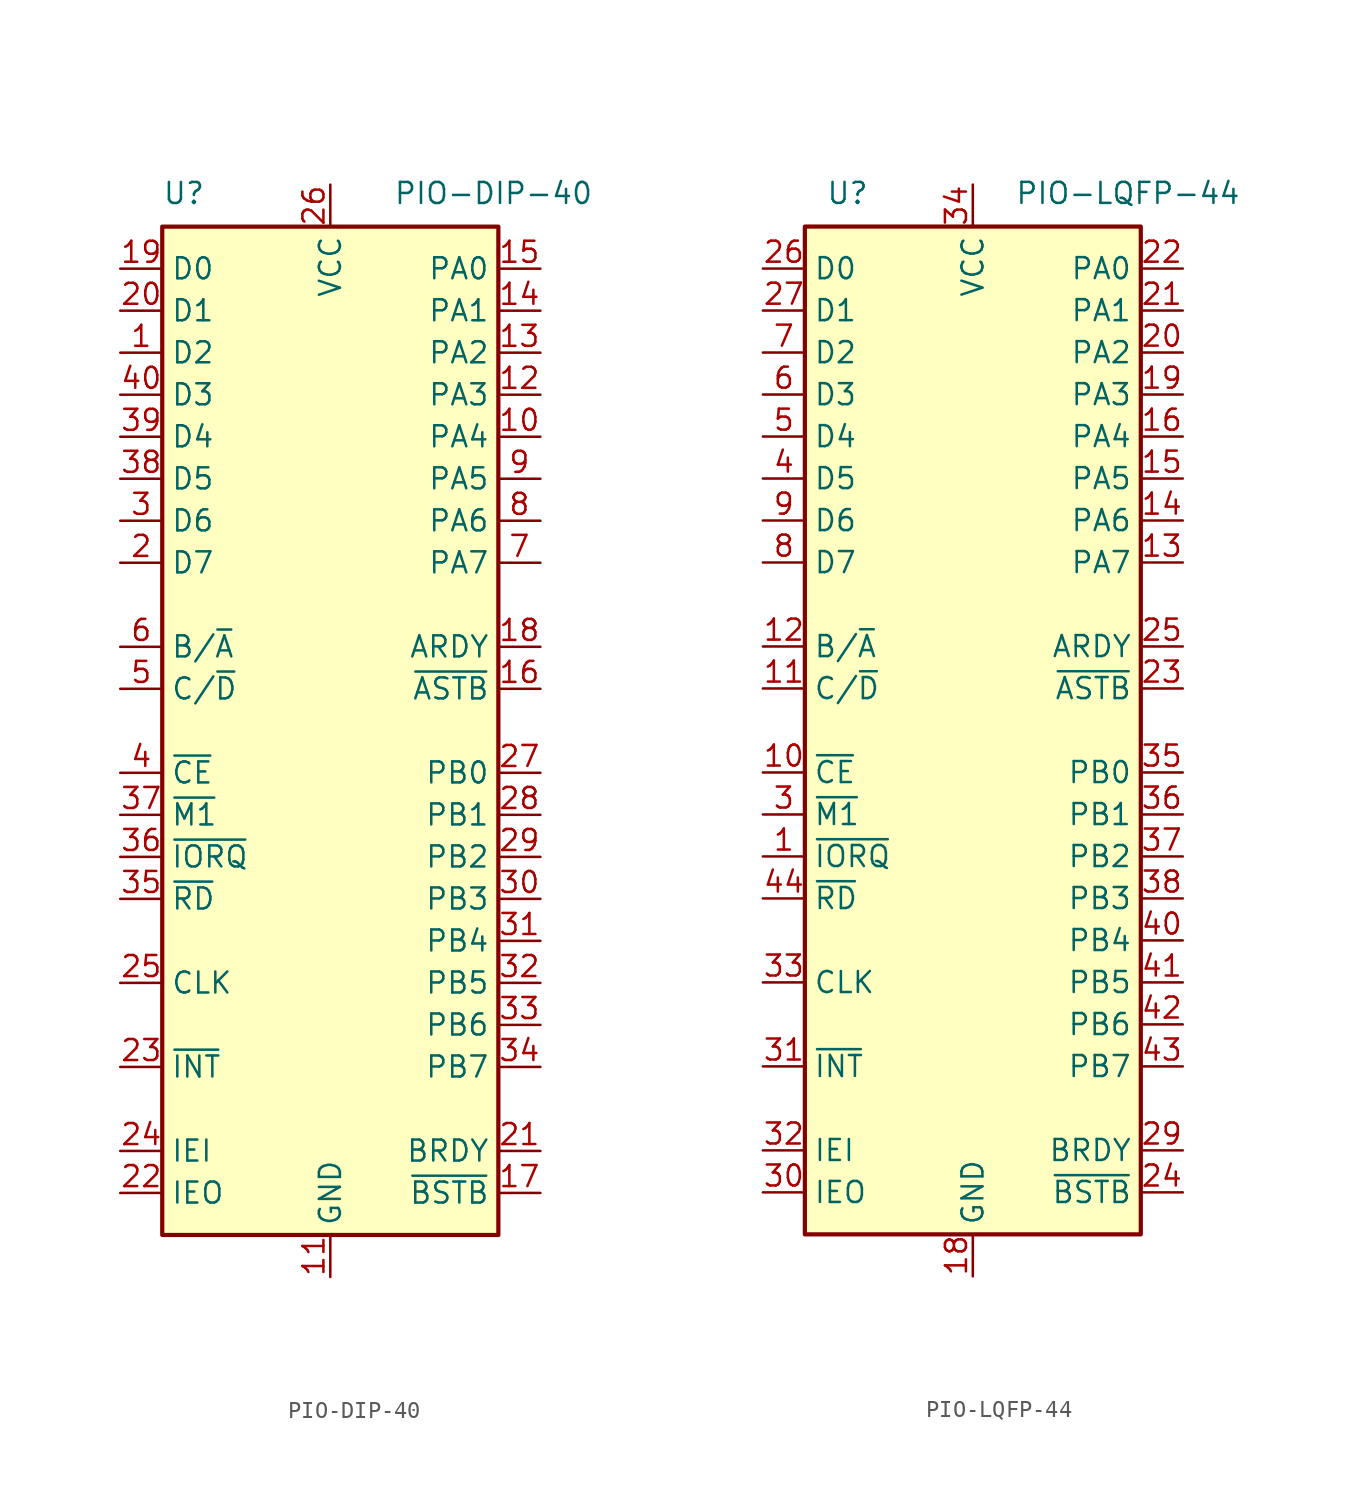
<source format=kicad_sym>
(kicad_symbol_lib
  (version 20211014)
  (generator kicad_symbol_editor)
  (symbol "PIO-DIP-40"
    (property "Reference" "U"
      (at 0 1.27 0)
      (effects (font (size 1.27 1.27)) (justify left bottom)))
    (property "Value" "PIO-DIP-40"
      (at 13.97 1.27 0)
      (effects (font (size 1.27 1.27)) (justify left bottom)))
    (symbol "PIO-DIP-40_1_0"
      (rectangle (start 0 0) (end 20.32 -60.96) (stroke (width 0.254) (type default) (color 0 0 0 0)) (fill (type background))))
    (symbol "PIO-DIP-40_1_1"
      (pin bidirectional line (at -2.54 -7.62 0) (length 2.54) (name "D2" (effects (font (size 1.27 1.27)))) (number "1" (effects (font (size 1.27 1.27)))))
      (pin bidirectional line (at 22.86 -12.7 180) (length 2.54) (name "PA4" (effects (font (size 1.27 1.27)))) (number "10" (effects (font (size 1.27 1.27)))))
      (pin power_in line (at 10.16 -63.5 90) (length 2.54) (name "GND" (effects (font (size 1.27 1.27)))) (number "11" (effects (font (size 1.27 1.27)))))
      (pin bidirectional line (at 22.86 -10.16 180) (length 2.54) (name "PA3" (effects (font (size 1.27 1.27)))) (number "12" (effects (font (size 1.27 1.27)))))
      (pin bidirectional line (at 22.86 -7.62 180) (length 2.54) (name "PA2" (effects (font (size 1.27 1.27)))) (number "13" (effects (font (size 1.27 1.27)))))
      (pin bidirectional line (at 22.86 -5.08 180) (length 2.54) (name "PA1" (effects (font (size 1.27 1.27)))) (number "14" (effects (font (size 1.27 1.27)))))
      (pin bidirectional line (at 22.86 -2.54 180) (length 2.54) (name "PA0" (effects (font (size 1.27 1.27)))) (number "15" (effects (font (size 1.27 1.27)))))
      (pin input line (at 22.86 -27.94 180) (length 2.54) (name "~{ASTB}" (effects (font (size 1.27 1.27)))) (number "16" (effects (font (size 1.27 1.27)))))
      (pin input line (at 22.86 -58.42 180) (length 2.54) (name "~{BSTB}" (effects (font (size 1.27 1.27)))) (number "17" (effects (font (size 1.27 1.27)))))
      (pin output line (at 22.86 -25.4 180) (length 2.54) (name "ARDY" (effects (font (size 1.27 1.27)))) (number "18" (effects (font (size 1.27 1.27)))))
      (pin bidirectional line (at -2.54 -2.54 0) (length 2.54) (name "D0" (effects (font (size 1.27 1.27)))) (number "19" (effects (font (size 1.27 1.27)))))
      (pin bidirectional line (at -2.54 -20.32 0) (length 2.54) (name "D7" (effects (font (size 1.27 1.27)))) (number "2" (effects (font (size 1.27 1.27)))))
      (pin bidirectional line (at -2.54 -5.08 0) (length 2.54) (name "D1" (effects (font (size 1.27 1.27)))) (number "20" (effects (font (size 1.27 1.27)))))
      (pin output line (at 22.86 -55.88 180) (length 2.54) (name "BRDY" (effects (font (size 1.27 1.27)))) (number "21" (effects (font (size 1.27 1.27)))))
      (pin output line (at -2.54 -58.42 0) (length 2.54) (name "IEO" (effects (font (size 1.27 1.27)))) (number "22" (effects (font (size 1.27 1.27)))))
      (pin open_collector line (at -2.54 -50.8 0) (length 2.54) (name "~{INT}" (effects (font (size 1.27 1.27)))) (number "23" (effects (font (size 1.27 1.27)))))
      (pin input line (at -2.54 -55.88 0) (length 2.54) (name "IEI" (effects (font (size 1.27 1.27)))) (number "24" (effects (font (size 1.27 1.27)))))
      (pin input line (at -2.54 -45.72 0) (length 2.54) (name "CLK" (effects (font (size 1.27 1.27)))) (number "25" (effects (font (size 1.27 1.27)))))
      (pin power_in line (at 10.16 2.54 270) (length 2.54) (name "VCC" (effects (font (size 1.27 1.27)))) (number "26" (effects (font (size 1.27 1.27)))))
      (pin bidirectional line (at 22.86 -33.02 180) (length 2.54) (name "PB0" (effects (font (size 1.27 1.27)))) (number "27" (effects (font (size 1.27 1.27)))))
      (pin bidirectional line (at 22.86 -35.56 180) (length 2.54) (name "PB1" (effects (font (size 1.27 1.27)))) (number "28" (effects (font (size 1.27 1.27)))))
      (pin bidirectional line (at 22.86 -38.1 180) (length 2.54) (name "PB2" (effects (font (size 1.27 1.27)))) (number "29" (effects (font (size 1.27 1.27)))))
      (pin bidirectional line (at -2.54 -17.78 0) (length 2.54) (name "D6" (effects (font (size 1.27 1.27)))) (number "3" (effects (font (size 1.27 1.27)))))
      (pin bidirectional line (at 22.86 -40.64 180) (length 2.54) (name "PB3" (effects (font (size 1.27 1.27)))) (number "30" (effects (font (size 1.27 1.27)))))
      (pin bidirectional line (at 22.86 -43.18 180) (length 2.54) (name "PB4" (effects (font (size 1.27 1.27)))) (number "31" (effects (font (size 1.27 1.27)))))
      (pin bidirectional line (at 22.86 -45.72 180) (length 2.54) (name "PB5" (effects (font (size 1.27 1.27)))) (number "32" (effects (font (size 1.27 1.27)))))
      (pin bidirectional line (at 22.86 -48.26 180) (length 2.54) (name "PB6" (effects (font (size 1.27 1.27)))) (number "33" (effects (font (size 1.27 1.27)))))
      (pin bidirectional line (at 22.86 -50.8 180) (length 2.54) (name "PB7" (effects (font (size 1.27 1.27)))) (number "34" (effects (font (size 1.27 1.27)))))
      (pin input line (at -2.54 -40.64 0) (length 2.54) (name "~{RD}" (effects (font (size 1.27 1.27)))) (number "35" (effects (font (size 1.27 1.27)))))
      (pin input line (at -2.54 -38.1 0) (length 2.54) (name "~{IORQ}" (effects (font (size 1.27 1.27)))) (number "36" (effects (font (size 1.27 1.27)))))
      (pin input line (at -2.54 -35.56 0) (length 2.54) (name "~{M1}" (effects (font (size 1.27 1.27)))) (number "37" (effects (font (size 1.27 1.27)))))
      (pin bidirectional line (at -2.54 -15.24 0) (length 2.54) (name "D5" (effects (font (size 1.27 1.27)))) (number "38" (effects (font (size 1.27 1.27)))))
      (pin bidirectional line (at -2.54 -12.7 0) (length 2.54) (name "D4" (effects (font (size 1.27 1.27)))) (number "39" (effects (font (size 1.27 1.27)))))
      (pin input line (at -2.54 -33.02 0) (length 2.54) (name "~{CE}" (effects (font (size 1.27 1.27)))) (number "4" (effects (font (size 1.27 1.27)))))
      (pin bidirectional line (at -2.54 -10.16 0) (length 2.54) (name "D3" (effects (font (size 1.27 1.27)))) (number "40" (effects (font (size 1.27 1.27)))))
      (pin input line (at -2.54 -27.94 0) (length 2.54) (name "C/~{D}" (effects (font (size 1.27 1.27)))) (number "5" (effects (font (size 1.27 1.27)))))
      (pin input line (at -2.54 -25.4 0) (length 2.54) (name "B/~{A}" (effects (font (size 1.27 1.27)))) (number "6" (effects (font (size 1.27 1.27)))))
      (pin bidirectional line (at 22.86 -20.32 180) (length 2.54) (name "PA7" (effects (font (size 1.27 1.27)))) (number "7" (effects (font (size 1.27 1.27)))))
      (pin bidirectional line (at 22.86 -17.78 180) (length 2.54) (name "PA6" (effects (font (size 1.27 1.27)))) (number "8" (effects (font (size 1.27 1.27)))))
      (pin bidirectional line (at 22.86 -15.24 180) (length 2.54) (name "PA5" (effects (font (size 1.27 1.27)))) (number "9" (effects (font (size 1.27 1.27)))))))
  (symbol "PIO-LQFP-44"
    (property "Reference" "U"
      (at 1.27 1.27 0)
      (effects (font (size 1.27 1.27)) (justify left bottom)))
    (property "Value" "PIO-LQFP-44"
      (at 12.7 1.27 0)
      (effects (font (size 1.27 1.27)) (justify left bottom)))
    (symbol "PIO-LQFP-44_0_0"
      (pin no_connect line (at 13.97 -21.59 0) (length 2.54) hide (name "NC" (effects (font (size 1.27 1.27)))) (number "17" (effects (font (size 1.27 1.27)))))
      (pin no_connect line (at 13.97 -13.97 0) (length 2.54) hide (name "NC" (effects (font (size 1.27 1.27)))) (number "2" (effects (font (size 1.27 1.27)))))
      (pin no_connect line (at 13.97 -16.51 0) (length 2.54) hide (name "NC" (effects (font (size 1.27 1.27)))) (number "28" (effects (font (size 1.27 1.27)))))
      (pin no_connect line (at 13.97 -19.05 0) (length 2.54) hide (name "NC" (effects (font (size 1.27 1.27)))) (number "39" (effects (font (size 1.27 1.27))))))
    (symbol "PIO-LQFP-44_1_0"
      (rectangle (start 0 0) (end 20.32 -60.96) (stroke (width 0.254) (type default) (color 0 0 0 0)) (fill (type background))))
    (symbol "PIO-LQFP-44_1_1"
      (pin input line (at -2.54 -38.1 0) (length 2.54) (name "~{IORQ}" (effects (font (size 1.27 1.27)))) (number "1" (effects (font (size 1.27 1.27)))))
      (pin input line (at -2.54 -33.02 0) (length 2.54) (name "~{CE}" (effects (font (size 1.27 1.27)))) (number "10" (effects (font (size 1.27 1.27)))))
      (pin input line (at -2.54 -27.94 0) (length 2.54) (name "C/~{D}" (effects (font (size 1.27 1.27)))) (number "11" (effects (font (size 1.27 1.27)))))
      (pin input line (at -2.54 -25.4 0) (length 2.54) (name "B/~{A}" (effects (font (size 1.27 1.27)))) (number "12" (effects (font (size 1.27 1.27)))))
      (pin bidirectional line (at 22.86 -20.32 180) (length 2.54) (name "PA7" (effects (font (size 1.27 1.27)))) (number "13" (effects (font (size 1.27 1.27)))))
      (pin bidirectional line (at 22.86 -17.78 180) (length 2.54) (name "PA6" (effects (font (size 1.27 1.27)))) (number "14" (effects (font (size 1.27 1.27)))))
      (pin bidirectional line (at 22.86 -15.24 180) (length 2.54) (name "PA5" (effects (font (size 1.27 1.27)))) (number "15" (effects (font (size 1.27 1.27)))))
      (pin bidirectional line (at 22.86 -12.7 180) (length 2.54) (name "PA4" (effects (font (size 1.27 1.27)))) (number "16" (effects (font (size 1.27 1.27)))))
      (pin power_in line (at 10.16 -63.5 90) (length 2.54) (name "GND" (effects (font (size 1.27 1.27)))) (number "18" (effects (font (size 1.27 1.27)))))
      (pin bidirectional line (at 22.86 -10.16 180) (length 2.54) (name "PA3" (effects (font (size 1.27 1.27)))) (number "19" (effects (font (size 1.27 1.27)))))
      (pin bidirectional line (at 22.86 -7.62 180) (length 2.54) (name "PA2" (effects (font (size 1.27 1.27)))) (number "20" (effects (font (size 1.27 1.27)))))
      (pin bidirectional line (at 22.86 -5.08 180) (length 2.54) (name "PA1" (effects (font (size 1.27 1.27)))) (number "21" (effects (font (size 1.27 1.27)))))
      (pin bidirectional line (at 22.86 -2.54 180) (length 2.54) (name "PA0" (effects (font (size 1.27 1.27)))) (number "22" (effects (font (size 1.27 1.27)))))
      (pin input line (at 22.86 -27.94 180) (length 2.54) (name "~{ASTB}" (effects (font (size 1.27 1.27)))) (number "23" (effects (font (size 1.27 1.27)))))
      (pin input line (at 22.86 -58.42 180) (length 2.54) (name "~{BSTB}" (effects (font (size 1.27 1.27)))) (number "24" (effects (font (size 1.27 1.27)))))
      (pin output line (at 22.86 -25.4 180) (length 2.54) (name "ARDY" (effects (font (size 1.27 1.27)))) (number "25" (effects (font (size 1.27 1.27)))))
      (pin bidirectional line (at -2.54 -2.54 0) (length 2.54) (name "D0" (effects (font (size 1.27 1.27)))) (number "26" (effects (font (size 1.27 1.27)))))
      (pin bidirectional line (at -2.54 -5.08 0) (length 2.54) (name "D1" (effects (font (size 1.27 1.27)))) (number "27" (effects (font (size 1.27 1.27)))))
      (pin output line (at 22.86 -55.88 180) (length 2.54) (name "BRDY" (effects (font (size 1.27 1.27)))) (number "29" (effects (font (size 1.27 1.27)))))
      (pin input line (at -2.54 -35.56 0) (length 2.54) (name "~{M1}" (effects (font (size 1.27 1.27)))) (number "3" (effects (font (size 1.27 1.27)))))
      (pin output line (at -2.54 -58.42 0) (length 2.54) (name "IEO" (effects (font (size 1.27 1.27)))) (number "30" (effects (font (size 1.27 1.27)))))
      (pin open_collector line (at -2.54 -50.8 0) (length 2.54) (name "~{INT}" (effects (font (size 1.27 1.27)))) (number "31" (effects (font (size 1.27 1.27)))))
      (pin input line (at -2.54 -55.88 0) (length 2.54) (name "IEI" (effects (font (size 1.27 1.27)))) (number "32" (effects (font (size 1.27 1.27)))))
      (pin input line (at -2.54 -45.72 0) (length 2.54) (name "CLK" (effects (font (size 1.27 1.27)))) (number "33" (effects (font (size 1.27 1.27)))))
      (pin power_in line (at 10.16 2.54 270) (length 2.54) (name "VCC" (effects (font (size 1.27 1.27)))) (number "34" (effects (font (size 1.27 1.27)))))
      (pin bidirectional line (at 22.86 -33.02 180) (length 2.54) (name "PB0" (effects (font (size 1.27 1.27)))) (number "35" (effects (font (size 1.27 1.27)))))
      (pin bidirectional line (at 22.86 -35.56 180) (length 2.54) (name "PB1" (effects (font (size 1.27 1.27)))) (number "36" (effects (font (size 1.27 1.27)))))
      (pin bidirectional line (at 22.86 -38.1 180) (length 2.54) (name "PB2" (effects (font (size 1.27 1.27)))) (number "37" (effects (font (size 1.27 1.27)))))
      (pin bidirectional line (at 22.86 -40.64 180) (length 2.54) (name "PB3" (effects (font (size 1.27 1.27)))) (number "38" (effects (font (size 1.27 1.27)))))
      (pin bidirectional line (at -2.54 -15.24 0) (length 2.54) (name "D5" (effects (font (size 1.27 1.27)))) (number "4" (effects (font (size 1.27 1.27)))))
      (pin bidirectional line (at 22.86 -43.18 180) (length 2.54) (name "PB4" (effects (font (size 1.27 1.27)))) (number "40" (effects (font (size 1.27 1.27)))))
      (pin bidirectional line (at 22.86 -45.72 180) (length 2.54) (name "PB5" (effects (font (size 1.27 1.27)))) (number "41" (effects (font (size 1.27 1.27)))))
      (pin bidirectional line (at 22.86 -48.26 180) (length 2.54) (name "PB6" (effects (font (size 1.27 1.27)))) (number "42" (effects (font (size 1.27 1.27)))))
      (pin bidirectional line (at 22.86 -50.8 180) (length 2.54) (name "PB7" (effects (font (size 1.27 1.27)))) (number "43" (effects (font (size 1.27 1.27)))))
      (pin input line (at -2.54 -40.64 0) (length 2.54) (name "~{RD}" (effects (font (size 1.27 1.27)))) (number "44" (effects (font (size 1.27 1.27)))))
      (pin bidirectional line (at -2.54 -12.7 0) (length 2.54) (name "D4" (effects (font (size 1.27 1.27)))) (number "5" (effects (font (size 1.27 1.27)))))
      (pin bidirectional line (at -2.54 -10.16 0) (length 2.54) (name "D3" (effects (font (size 1.27 1.27)))) (number "6" (effects (font (size 1.27 1.27)))))
      (pin bidirectional line (at -2.54 -7.62 0) (length 2.54) (name "D2" (effects (font (size 1.27 1.27)))) (number "7" (effects (font (size 1.27 1.27)))))
      (pin bidirectional line (at -2.54 -20.32 0) (length 2.54) (name "D7" (effects (font (size 1.27 1.27)))) (number "8" (effects (font (size 1.27 1.27)))))
      (pin bidirectional line (at -2.54 -17.78 0) (length 2.54) (name "D6" (effects (font (size 1.27 1.27)))) (number "9" (effects (font (size 1.27 1.27))))))))
</source>
